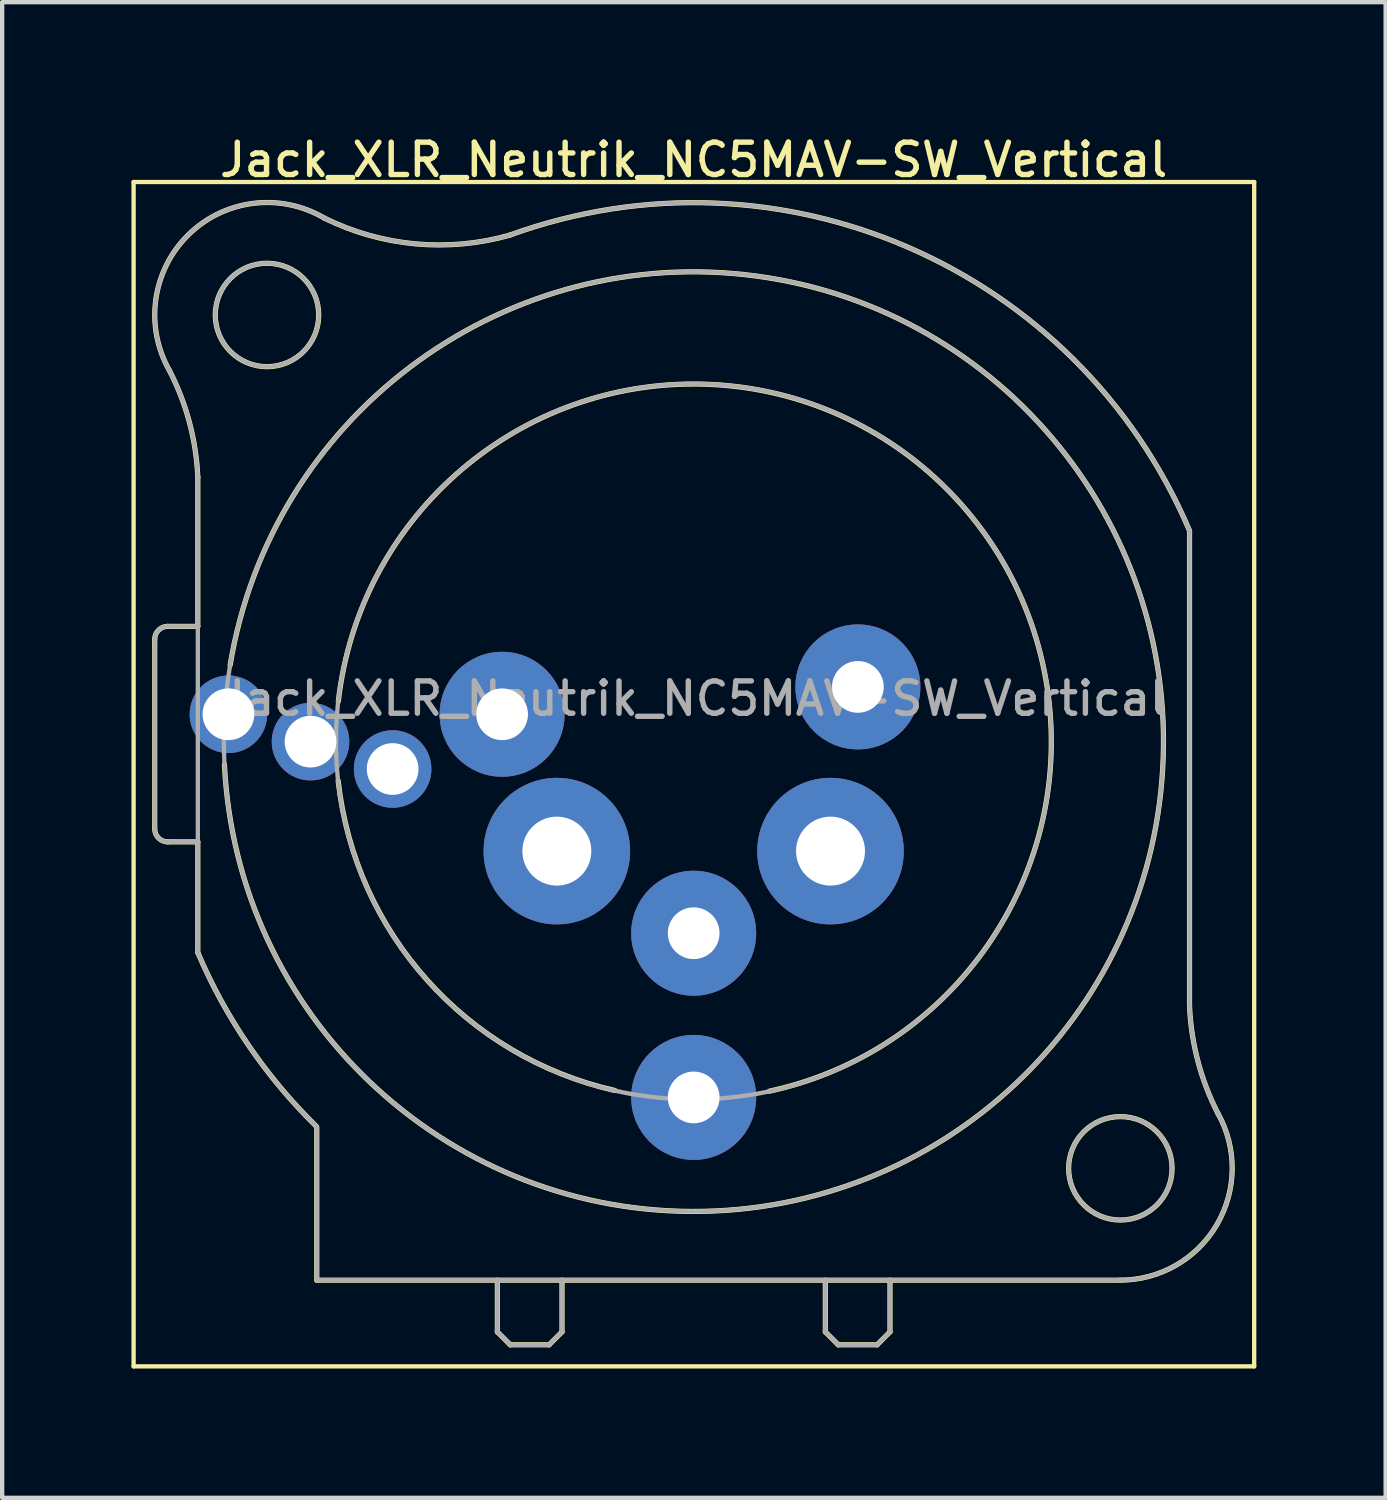
<source format=kicad_pcb>
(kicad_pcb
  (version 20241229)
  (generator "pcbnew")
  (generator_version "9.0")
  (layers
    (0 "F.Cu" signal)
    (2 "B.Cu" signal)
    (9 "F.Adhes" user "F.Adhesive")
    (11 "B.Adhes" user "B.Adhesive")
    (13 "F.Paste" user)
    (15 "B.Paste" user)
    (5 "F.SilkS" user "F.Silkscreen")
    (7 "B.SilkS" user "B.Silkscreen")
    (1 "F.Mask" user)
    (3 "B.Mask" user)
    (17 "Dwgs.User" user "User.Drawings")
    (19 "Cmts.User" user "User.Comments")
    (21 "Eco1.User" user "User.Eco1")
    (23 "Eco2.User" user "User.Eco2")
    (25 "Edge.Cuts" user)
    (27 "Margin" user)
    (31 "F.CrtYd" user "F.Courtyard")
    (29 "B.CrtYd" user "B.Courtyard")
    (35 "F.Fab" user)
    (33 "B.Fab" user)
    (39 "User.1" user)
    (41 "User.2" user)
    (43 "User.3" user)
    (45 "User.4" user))
  (footprint "Jack_XLR_Neutrik_NC5MAV-SW_Vertical"
    (layer "F.Cu")
    (at 8.6 13.523)
    (property "Reference" "Jack_XLR_Neutrik_NC5MAV-SW_Vertical" (at 4.445 -12.865 0) (layer "F.SilkS") (effects (font (size 0.75 0.75) (thickness 0.125))))
    (attr through_hole)
    (fp_line (start -8.55 -12.35) (end 17.45 -12.35) (stroke (width 0.1) (type solid)) (layer "F.SilkS"))
    (fp_line (start -8.55 15.13) (end -8.55 -12.35) (stroke (width 0.1) (type solid)) (layer "F.SilkS"))
    (fp_line (start -8.06 -1.74) (end -8.06 2.66) (stroke (width 0.12) (type solid)) (layer "F.SilkS"))
    (fp_line (start -7.76 2.96) (end -7.06 2.96) (stroke (width 0.12) (type solid)) (layer "F.SilkS"))
    (fp_line (start -7.06 -5.5) (end -7.06 -2.04) (stroke (width 0.12) (type solid)) (layer "F.SilkS"))
    (fp_line (start -7.06 -2.04) (end -7.76 -2.04) (stroke (width 0.12) (type solid)) (layer "F.SilkS"))
    (fp_line (start -7.06 2.96) (end -7.06 5.53) (stroke (width 0.12) (type solid)) (layer "F.SilkS"))
    (fp_line (start -4.3 9.58) (end -4.3 13.13) (stroke (width 0.12) (type solid)) (layer "F.SilkS"))
    (fp_line (start -0.11 13.13) (end -0.11 14.33) (stroke (width 0.12) (type solid)) (layer "F.SilkS"))
    (fp_line (start -0.11 14.33) (end 0.19 14.63) (stroke (width 0.12) (type solid)) (layer "F.SilkS"))
    (fp_line (start 0.19 14.63) (end 1.09 14.63) (stroke (width 0.12) (type solid)) (layer "F.SilkS"))
    (fp_line (start 1.39 13.13) (end 1.39 14.33) (stroke (width 0.12) (type solid)) (layer "F.SilkS"))
    (fp_line (start 1.39 14.33) (end 1.09 14.63) (stroke (width 0.12) (type solid)) (layer "F.SilkS"))
    (fp_line (start 7.5 13.13) (end 7.5 14.33) (stroke (width 0.12) (type solid)) (layer "F.SilkS"))
    (fp_line (start 7.5 14.33) (end 7.8 14.63) (stroke (width 0.12) (type solid)) (layer "F.SilkS"))
    (fp_line (start 8.7 14.63) (end 7.8 14.63) (stroke (width 0.12) (type solid)) (layer "F.SilkS"))
    (fp_line (start 9 13.13) (end 9 14.33) (stroke (width 0.12) (type solid)) (layer "F.SilkS"))
    (fp_line (start 9 14.33) (end 8.7 14.63) (stroke (width 0.12) (type solid)) (layer "F.SilkS"))
    (fp_line (start 14.34 13.13) (end -4.3 13.13) (stroke (width 0.12) (type solid)) (layer "F.SilkS"))
    (fp_line (start 15.95 6.77) (end 15.95 -4.26) (stroke (width 0.12) (type solid)) (layer "F.SilkS"))
    (fp_line (start 17.45 -12.35) (end 17.45 15.13) (stroke (width 0.1) (type solid)) (layer "F.SilkS"))
    (fp_line (start 17.45 15.13) (end -8.55 15.13) (stroke (width 0.1) (type solid)) (layer "F.SilkS"))
    (fp_arc (start -8.06 -1.74) (mid -7.972132 -1.952132) (end -7.76 -2.04) (stroke (width 0.12) (type solid)) (layer "F.SilkS"))
    (fp_arc (start -7.76 2.96) (mid -7.972132 2.872132) (end -8.06 2.66) (stroke (width 0.12) (type solid)) (layer "F.SilkS"))
    (fp_arc (start -7.723487 -7.985205) (mid -7.256205 -6.778788) (end -7.06 -5.5) (stroke (width 0.12) (type solid)) (layer "F.SilkS"))
    (fp_arc (start -7.715328 -7.969927) (mid -7.280775 -11.124351) (end -4.12 -11.51) (stroke (width 0.12) (type solid)) (layer "F.SilkS"))
    (fp_arc (start -6.31 -1.14) (mid 15.327723 1.25708) (end -6.442209 1.172885) (stroke (width 0.12) (type solid)) (layer "F.SilkS"))
    (fp_arc (start -4.310999 9.560163) (mid -5.883968 7.680458) (end -7.06 5.53) (stroke (width 0.12) (type solid)) (layer "F.SilkS"))
    (fp_arc (start -3.8 -0.3) (mid 10.010227 -5.519876) (end 6.202812 8.744522) (stroke (width 0.12) (type solid)) (layer "F.SilkS"))
    (fp_arc (start 0.17934 -11.11788) (mid 9.430944 -10.83088) (end 15.95 -4.26) (stroke (width 0.12) (type solid)) (layer "F.SilkS"))
    (fp_arc (start 0.179944 -11.117415) (mid -2.006497 -10.914263) (end -4.12 -11.51) (stroke (width 0.12) (type solid)) (layer "F.SilkS"))
    (fp_arc (start 2.62 8.73) (mid -1.741551 6.165482) (end -3.803135 1.544903) (stroke (width 0.12) (type solid)) (layer "F.SilkS"))
    (fp_arc (start 16.614011 9.269495) (mid 16.580236 11.8496) (end 14.34 13.13) (stroke (width 0.12) (type solid)) (layer "F.SilkS"))
    (fp_arc (start 16.619064 9.280467) (mid 16.147616 8.061723) (end 15.95 6.77) (stroke (width 0.12) (type solid)) (layer "F.SilkS"))
    (fp_circle (center -5.455 -9.265) (end -4.255 -9.265) (stroke (width 0.12) (type solid)) (fill no) (layer "F.SilkS"))
    (fp_circle (center 14.345 10.535) (end 15.545 10.535) (stroke (width 0.12) (type solid)) (fill no) (layer "F.SilkS"))
    (fp_line (start -8.06 -1.74) (end -8.06 2.66) (stroke (width 0.1) (type solid)) (layer "F.Fab"))
    (fp_line (start -7.76 2.96) (end -7.06 2.96) (stroke (width 0.1) (type solid)) (layer "F.Fab"))
    (fp_line (start -7.06 -5.5) (end -7.06 5.53) (stroke (width 0.1) (type solid)) (layer "F.Fab"))
    (fp_line (start -7.06 -2.04) (end -7.76 -2.04) (stroke (width 0.1) (type solid)) (layer "F.Fab"))
    (fp_line (start -4.3 9.58) (end -4.3 13.13) (stroke (width 0.1) (type solid)) (layer "F.Fab"))
    (fp_line (start -0.11 13.13) (end -0.11 14.33) (stroke (width 0.1) (type solid)) (layer "F.Fab"))
    (fp_line (start -0.11 14.33) (end 0.19 14.63) (stroke (width 0.1) (type solid)) (layer "F.Fab"))
    (fp_line (start 0.19 14.63) (end 1.09 14.63) (stroke (width 0.1) (type solid)) (layer "F.Fab"))
    (fp_line (start 1.39 13.13) (end 1.39 14.33) (stroke (width 0.1) (type solid)) (layer "F.Fab"))
    (fp_line (start 1.39 14.33) (end 1.09 14.63) (stroke (width 0.1) (type solid)) (layer "F.Fab"))
    (fp_line (start 7.5 13.13) (end 7.5 14.33) (stroke (width 0.1) (type solid)) (layer "F.Fab"))
    (fp_line (start 7.5 14.33) (end 7.8 14.63) (stroke (width 0.1) (type solid)) (layer "F.Fab"))
    (fp_line (start 8.7 14.63) (end 7.8 14.63) (stroke (width 0.1) (type solid)) (layer "F.Fab"))
    (fp_line (start 9 13.13) (end 9 14.33) (stroke (width 0.1) (type solid)) (layer "F.Fab"))
    (fp_line (start 9 14.33) (end 8.7 14.63) (stroke (width 0.1) (type solid)) (layer "F.Fab"))
    (fp_line (start 14.34 13.13) (end -4.3 13.13) (stroke (width 0.1) (type solid)) (layer "F.Fab"))
    (fp_line (start 15.95 6.77) (end 15.95 -4.26) (stroke (width 0.1) (type solid)) (layer "F.Fab"))
    (fp_arc (start -8.06 -1.74) (mid -7.972132 -1.952132) (end -7.76 -2.04) (stroke (width 0.1) (type solid)) (layer "F.Fab"))
    (fp_arc (start -7.76 2.96) (mid -7.972132 2.872132) (end -8.06 2.66) (stroke (width 0.1) (type solid)) (layer "F.Fab"))
    (fp_arc (start -7.723487 -7.985205) (mid -7.256205 -6.778788) (end -7.06 -5.5) (stroke (width 0.1) (type solid)) (layer "F.Fab"))
    (fp_arc (start -7.715328 -7.969927) (mid -7.280775 -11.124351) (end -4.12 -11.51) (stroke (width 0.1) (type solid)) (layer "F.Fab"))
    (fp_arc (start -4.310999 9.560163) (mid -5.883968 7.680458) (end -7.06 5.53) (stroke (width 0.1) (type solid)) (layer "F.Fab"))
    (fp_arc (start 0.17934 -11.11788) (mid 9.430944 -10.83088) (end 15.95 -4.26) (stroke (width 0.1) (type solid)) (layer "F.Fab"))
    (fp_arc (start 0.179944 -11.117415) (mid -2.006497 -10.914263) (end -4.12 -11.51) (stroke (width 0.1) (type solid)) (layer "F.Fab"))
    (fp_arc (start 16.614011 9.269495) (mid 16.580236 11.8496) (end 14.34 13.13) (stroke (width 0.1) (type solid)) (layer "F.Fab"))
    (fp_arc (start 16.619064 9.280467) (mid 16.147616 8.061723) (end 15.95 6.77) (stroke (width 0.1) (type solid)) (layer "F.Fab"))
    (fp_circle (center -5.455 -9.265) (end -4.255 -9.265) (stroke (width 0.1) (type solid)) (fill no) (layer "F.Fab"))
    (fp_circle (center 4.445 0.635) (end 12.745 0.635) (stroke (width 0.1) (type solid)) (fill no) (layer "F.Fab"))
    (fp_circle (center 4.445 0.635) (end 15.345 0.635) (stroke (width 0.1) (type solid)) (fill no) (layer "F.Fab"))
    (fp_circle (center 14.345 10.535) (end 15.545 10.535) (stroke (width 0.1) (type solid)) (fill no) (layer "F.Fab"))
    (fp_text user "${REFERENCE}" (at 4.445 -0.365 0) (layer "F.Fab") (effects (font (size 0.75 0.75) (thickness 0.125))))
    (pad "1" thru_hole circle (at 0 0) (size 2.9 2.9) (drill 1.2) (layers "*.Cu" "*.Mask"))
    (pad "2" thru_hole circle (at 1.27 3.175) (size 3.4 3.4) (drill 1.6) (layers "*.Cu" "*.Mask"))
    (pad "3" thru_hole circle (at 4.445 5.08) (size 2.9 2.9) (drill 1.2) (layers "*.Cu" "*.Mask"))
    (pad "4" thru_hole circle (at 7.62 3.175) (size 3.4 3.4) (drill 1.6) (layers "*.Cu" "*.Mask"))
    (pad "5" thru_hole circle (at 8.255 -0.635) (size 2.9 2.9) (drill 1.2) (layers "*.Cu" "*.Mask"))
    (pad "G" thru_hole circle (at 4.445 8.89) (size 2.9 2.9) (drill 1.2) (layers "*.Cu" "*.Mask"))
    (pad "N" thru_hole circle (at -4.445 0.635) (size 1.8 1.8) (drill 1.2) (layers "*.Cu" "*.Mask"))
    (pad "NC" thru_hole circle (at -2.54 1.27) (size 1.8 1.8) (drill 1.2) (layers "*.Cu" "*.Mask"))
    (pad "NO" thru_hole circle (at -6.35 0) (size 1.8 1.8) (drill 1.2) (layers "*.Cu" "*.Mask")))
  (gr_rect
    (start -3 -3)
    (end 29.1 31.703)
    (stroke (width 0.1) (type default))
    (fill no)
    (layer "Edge.Cuts")))
</source>
